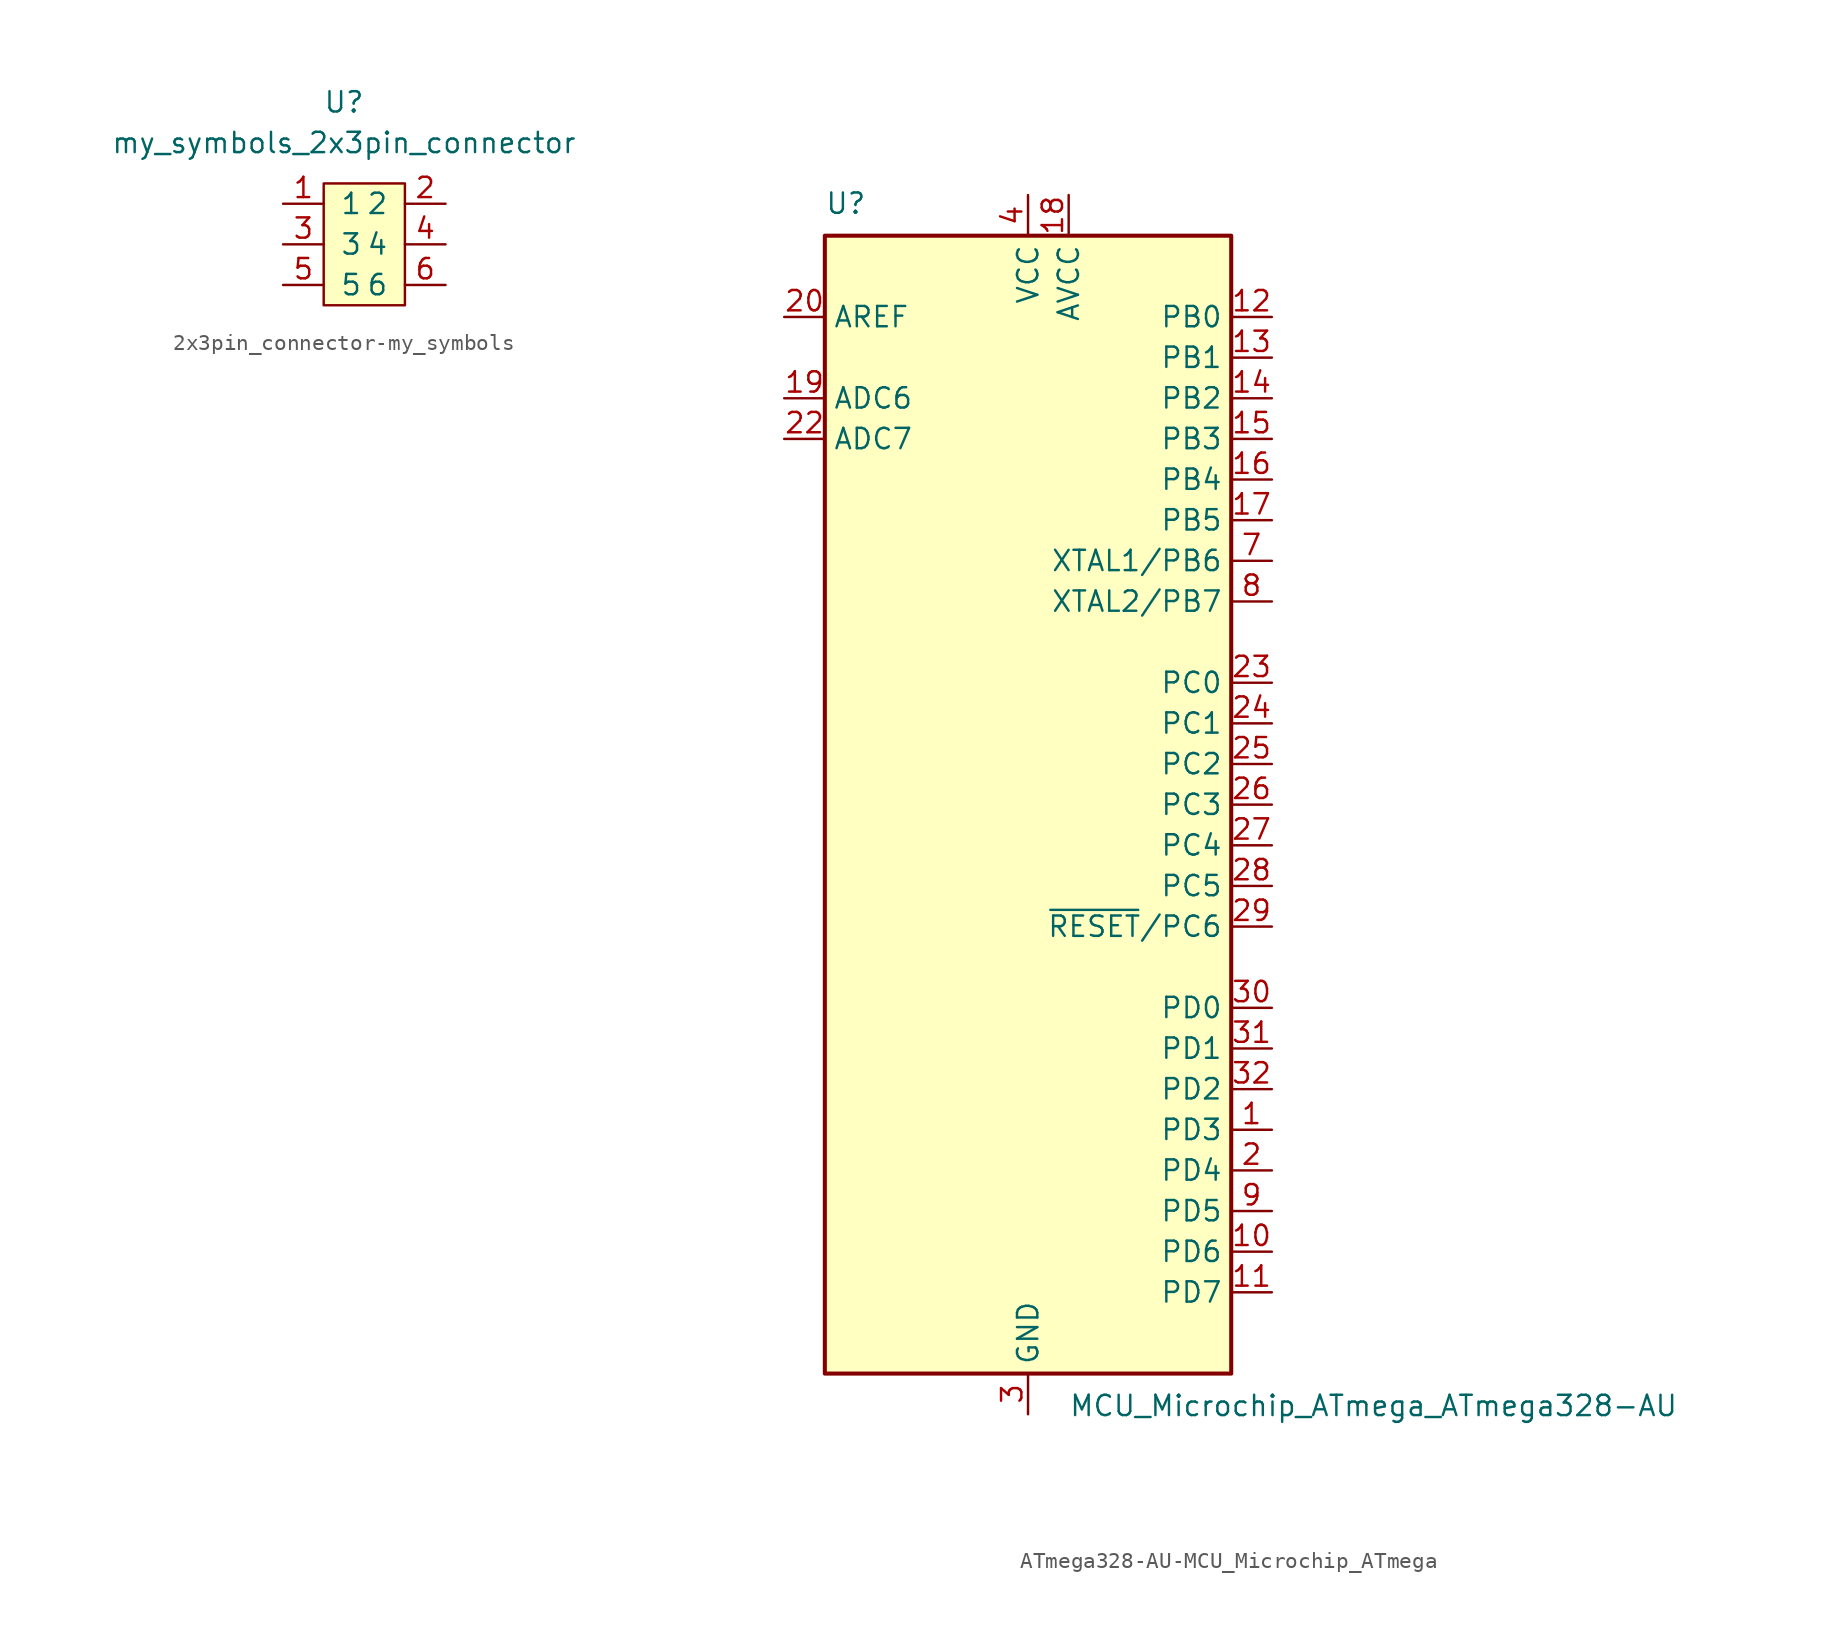
<source format=kicad_sym>
(kicad_symbol_lib
  (version 20220914)
  (generator kicad_symbol_editor)
  (symbol "2x3pin_connector-my_symbols"
    (pin_names
      (offset 1.016))
    (property "Reference" "U"
      (at 0 2.54 0)
      (effects (font (size 1.27 1.27))))
    (property "Value" "my_symbols_2x3pin_connector"
      (at 0 0 0)
      (effects (font (size 1.27 1.27))))
    (symbol "2x3pin_connector-my_symbols_0_1"
      (rectangle (start -1.27 -2.54) (end 3.81 -10.16) (stroke (width 0) (type solid)) (fill (type background))))
    (symbol "2x3pin_connector-my_symbols_1_1"
      (pin input line (at -3.81 -3.81 0) (length 2.54) (name "1" (effects (font (size 1.27 1.27)))) (number "1" (effects (font (size 1.27 1.27)))))
      (pin input line (at 6.35 -3.81 180) (length 2.54) (name "2~{}" (effects (font (size 1.27 1.27)))) (number "2" (effects (font (size 1.27 1.27)))))
      (pin input line (at -3.81 -6.35 0) (length 2.54) (name "3" (effects (font (size 1.27 1.27)))) (number "3" (effects (font (size 1.27 1.27)))))
      (pin input line (at 6.35 -6.35 180) (length 2.54) (name "4" (effects (font (size 1.27 1.27)))) (number "4" (effects (font (size 1.27 1.27)))))
      (pin input line (at -3.81 -8.89 0) (length 2.54) (name "5" (effects (font (size 1.27 1.27)))) (number "5" (effects (font (size 1.27 1.27)))))
      (pin input line (at 6.35 -8.89 180) (length 2.54) (name "6" (effects (font (size 1.27 1.27)))) (number "6" (effects (font (size 1.27 1.27)))))))
  (symbol "ATmega328-AU-MCU_Microchip_ATmega"
    (property "Reference" "U"
      (at -12.7 36.83 0)
      (effects (font (size 1.27 1.27)) (justify left bottom)))
    (property "Value" "MCU_Microchip_ATmega_ATmega328-AU"
      (at 2.54 -36.83 0)
      (effects (font (size 1.27 1.27)) (justify left top)))
    (symbol "ATmega328-AU-MCU_Microchip_ATmega_0_1"
      (rectangle (start -12.7 -35.56) (end 12.7 35.56) (stroke (width 0.254) (type solid)) (fill (type background))))
    (symbol "ATmega328-AU-MCU_Microchip_ATmega_1_1"
      (pin bidirectional line (at 15.24 -20.32 180) (length 2.54) (name "PD3" (effects (font (size 1.27 1.27)))) (number "1" (effects (font (size 1.27 1.27)))))
      (pin bidirectional line (at 15.24 -27.94 180) (length 2.54) (name "PD6" (effects (font (size 1.27 1.27)))) (number "10" (effects (font (size 1.27 1.27)))))
      (pin bidirectional line (at 15.24 -30.48 180) (length 2.54) (name "PD7" (effects (font (size 1.27 1.27)))) (number "11" (effects (font (size 1.27 1.27)))))
      (pin bidirectional line (at 15.24 30.48 180) (length 2.54) (name "PB0" (effects (font (size 1.27 1.27)))) (number "12" (effects (font (size 1.27 1.27)))))
      (pin bidirectional line (at 15.24 27.94 180) (length 2.54) (name "PB1" (effects (font (size 1.27 1.27)))) (number "13" (effects (font (size 1.27 1.27)))))
      (pin bidirectional line (at 15.24 25.4 180) (length 2.54) (name "PB2" (effects (font (size 1.27 1.27)))) (number "14" (effects (font (size 1.27 1.27)))))
      (pin bidirectional line (at 15.24 22.86 180) (length 2.54) (name "PB3" (effects (font (size 1.27 1.27)))) (number "15" (effects (font (size 1.27 1.27)))))
      (pin bidirectional line (at 15.24 20.32 180) (length 2.54) (name "PB4" (effects (font (size 1.27 1.27)))) (number "16" (effects (font (size 1.27 1.27)))))
      (pin bidirectional line (at 15.24 17.78 180) (length 2.54) (name "PB5" (effects (font (size 1.27 1.27)))) (number "17" (effects (font (size 1.27 1.27)))))
      (pin power_in line (at 2.54 38.1 270) (length 2.54) (name "AVCC" (effects (font (size 1.27 1.27)))) (number "18" (effects (font (size 1.27 1.27)))))
      (pin input line (at -15.24 25.4 0) (length 2.54) (name "ADC6" (effects (font (size 1.27 1.27)))) (number "19" (effects (font (size 1.27 1.27)))))
      (pin bidirectional line (at 15.24 -22.86 180) (length 2.54) (name "PD4" (effects (font (size 1.27 1.27)))) (number "2" (effects (font (size 1.27 1.27)))))
      (pin passive line (at -15.24 30.48 0) (length 2.54) (name "AREF" (effects (font (size 1.27 1.27)))) (number "20" (effects (font (size 1.27 1.27)))))
      (pin passive line (at 0 -38.1 90) (length 2.54) hide (name "GND" (effects (font (size 1.27 1.27)))) (number "21" (effects (font (size 1.27 1.27)))))
      (pin input line (at -15.24 22.86 0) (length 2.54) (name "ADC7" (effects (font (size 1.27 1.27)))) (number "22" (effects (font (size 1.27 1.27)))))
      (pin bidirectional line (at 15.24 7.62 180) (length 2.54) (name "PC0" (effects (font (size 1.27 1.27)))) (number "23" (effects (font (size 1.27 1.27)))))
      (pin bidirectional line (at 15.24 5.08 180) (length 2.54) (name "PC1" (effects (font (size 1.27 1.27)))) (number "24" (effects (font (size 1.27 1.27)))))
      (pin bidirectional line (at 15.24 2.54 180) (length 2.54) (name "PC2" (effects (font (size 1.27 1.27)))) (number "25" (effects (font (size 1.27 1.27)))))
      (pin bidirectional line (at 15.24 0 180) (length 2.54) (name "PC3" (effects (font (size 1.27 1.27)))) (number "26" (effects (font (size 1.27 1.27)))))
      (pin bidirectional line (at 15.24 -2.54 180) (length 2.54) (name "PC4" (effects (font (size 1.27 1.27)))) (number "27" (effects (font (size 1.27 1.27)))))
      (pin bidirectional line (at 15.24 -5.08 180) (length 2.54) (name "PC5" (effects (font (size 1.27 1.27)))) (number "28" (effects (font (size 1.27 1.27)))))
      (pin bidirectional line (at 15.24 -7.62 180) (length 2.54) (name "~{RESET}/PC6" (effects (font (size 1.27 1.27)))) (number "29" (effects (font (size 1.27 1.27)))))
      (pin power_in line (at 0 -38.1 90) (length 2.54) (name "GND" (effects (font (size 1.27 1.27)))) (number "3" (effects (font (size 1.27 1.27)))))
      (pin bidirectional line (at 15.24 -12.7 180) (length 2.54) (name "PD0" (effects (font (size 1.27 1.27)))) (number "30" (effects (font (size 1.27 1.27)))))
      (pin bidirectional line (at 15.24 -15.24 180) (length 2.54) (name "PD1" (effects (font (size 1.27 1.27)))) (number "31" (effects (font (size 1.27 1.27)))))
      (pin bidirectional line (at 15.24 -17.78 180) (length 2.54) (name "PD2" (effects (font (size 1.27 1.27)))) (number "32" (effects (font (size 1.27 1.27)))))
      (pin power_in line (at 0 38.1 270) (length 2.54) (name "VCC" (effects (font (size 1.27 1.27)))) (number "4" (effects (font (size 1.27 1.27)))))
      (pin passive line (at 0 -38.1 90) (length 2.54) hide (name "GND" (effects (font (size 1.27 1.27)))) (number "5" (effects (font (size 1.27 1.27)))))
      (pin passive line (at 0 38.1 270) (length 2.54) hide (name "VCC" (effects (font (size 1.27 1.27)))) (number "6" (effects (font (size 1.27 1.27)))))
      (pin bidirectional line (at 15.24 15.24 180) (length 2.54) (name "XTAL1/PB6" (effects (font (size 1.27 1.27)))) (number "7" (effects (font (size 1.27 1.27)))))
      (pin bidirectional line (at 15.24 12.7 180) (length 2.54) (name "XTAL2/PB7" (effects (font (size 1.27 1.27)))) (number "8" (effects (font (size 1.27 1.27)))))
      (pin bidirectional line (at 15.24 -25.4 180) (length 2.54) (name "PD5" (effects (font (size 1.27 1.27)))) (number "9" (effects (font (size 1.27 1.27))))))))
</source>
